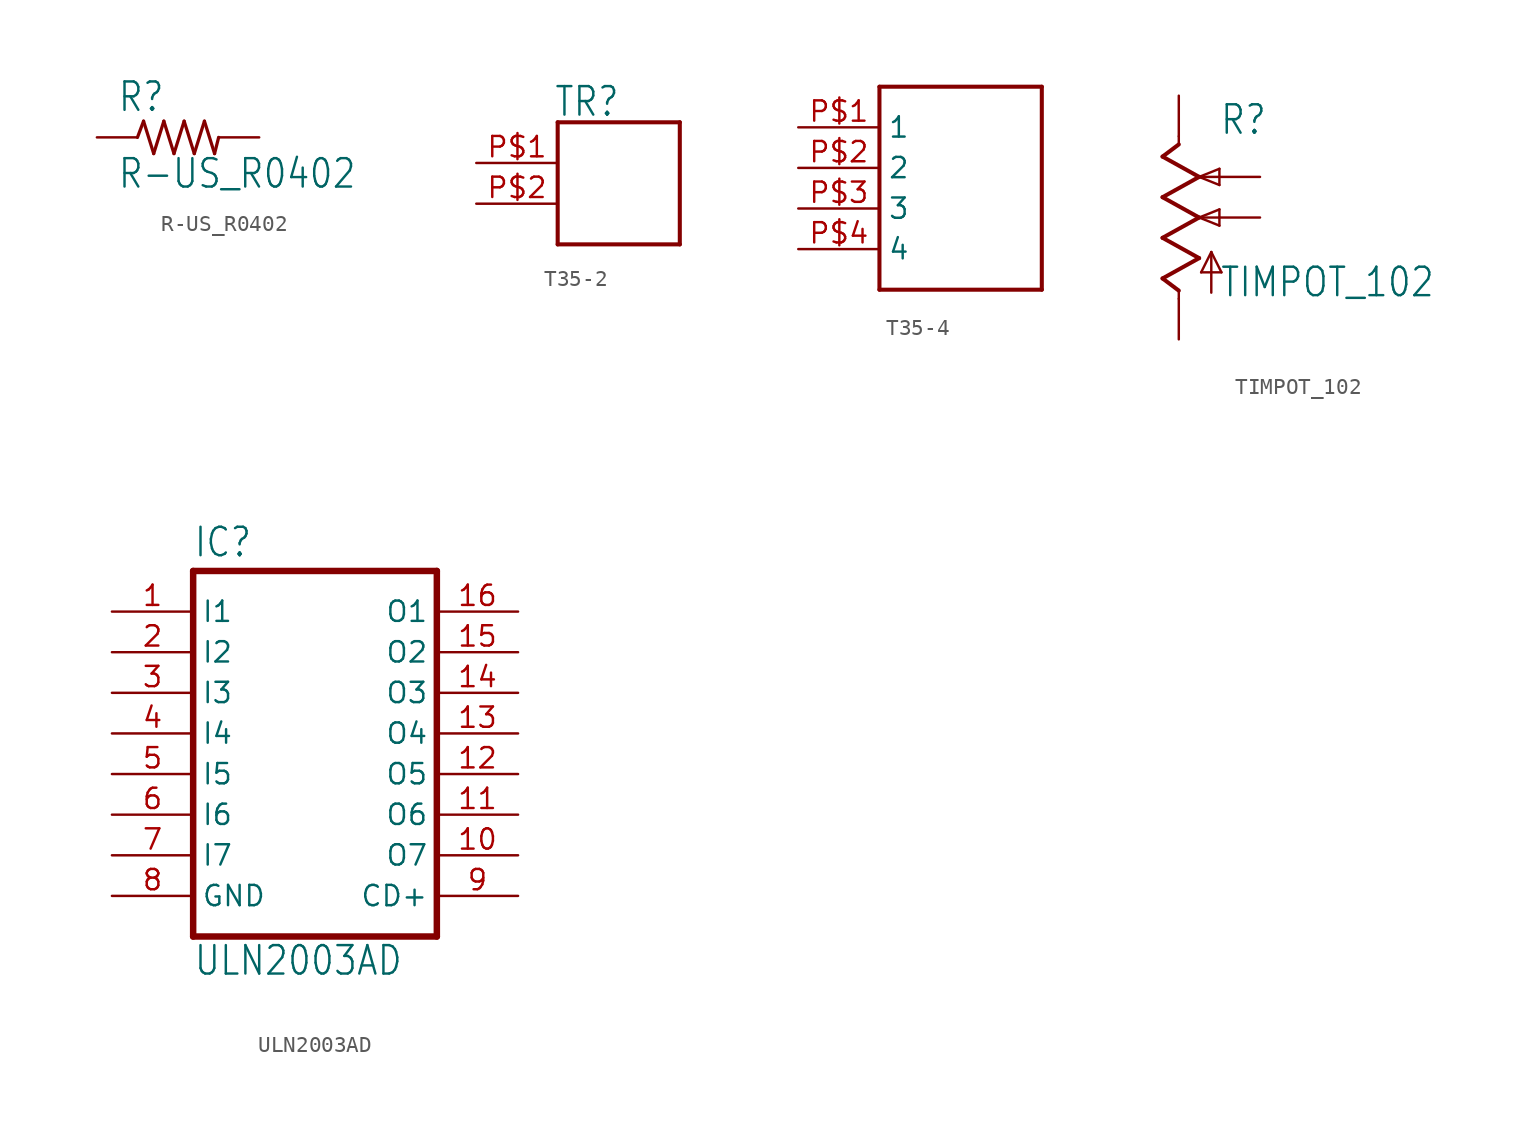
<source format=kicad_sym>
(kicad_symbol_lib
  (version 20211014)
  (generator kicad_symbol_editor)
  (symbol "R-US_R0402"
    (property "Reference" "R"
      (at -3.81 1.499 0)
      (effects (font (size 1.778 1.511)) (justify left bottom)))
    (property "Value" "R-US_R0402"
      (at -3.81 -3.302 0)
      (effects (font (size 1.778 1.511)) (justify left bottom)))
    (property "ki_locked" ""
      (at 0 0 0)
      (effects (font (size 1.27 1.27))))
    (symbol "R-US_R0402_1_0"
      (polyline (pts (xy -2.54 0) (xy -2.159 1.016)) (stroke (width 0.203) (type default) (color 0 0 0 0)) (fill (type none)))
      (polyline (pts (xy -2.159 1.016) (xy -1.524 -1.016)) (stroke (width 0.203) (type default) (color 0 0 0 0)) (fill (type none)))
      (polyline (pts (xy -1.524 -1.016) (xy -0.889 1.016)) (stroke (width 0.203) (type default) (color 0 0 0 0)) (fill (type none)))
      (polyline (pts (xy -0.889 1.016) (xy -0.254 -1.016)) (stroke (width 0.203) (type default) (color 0 0 0 0)) (fill (type none)))
      (polyline (pts (xy -0.254 -1.016) (xy 0.381 1.016)) (stroke (width 0.203) (type default) (color 0 0 0 0)) (fill (type none)))
      (polyline (pts (xy 0.381 1.016) (xy 1.016 -1.016)) (stroke (width 0.203) (type default) (color 0 0 0 0)) (fill (type none)))
      (polyline (pts (xy 1.016 -1.016) (xy 1.651 1.016)) (stroke (width 0.203) (type default) (color 0 0 0 0)) (fill (type none)))
      (polyline (pts (xy 1.651 1.016) (xy 2.286 -1.016)) (stroke (width 0.203) (type default) (color 0 0 0 0)) (fill (type none)))
      (polyline (pts (xy 2.286 -1.016) (xy 2.54 0)) (stroke (width 0.203) (type default) (color 0 0 0 0)) (fill (type none)))
      (pin passive line (at -5.08 0 0) (length 2.54) (name "1" (effects (font (size 0 0)))) (number "1" (effects (font (size 0 0)))))
      (pin passive line (at 5.08 0 180) (length 2.54) (name "2" (effects (font (size 0 0)))) (number "2" (effects (font (size 0 0)))))))
  (symbol "T35-2"
    (property "Reference" "TR"
      (at -2.794 5.334 0)
      (effects (font (size 1.778 1.511)) (justify left bottom)))
    (property "ki_locked" ""
      (at 0 0 0)
      (effects (font (size 1.27 1.27))))
    (symbol "T35-2_1_0"
      (polyline (pts (xy -2.54 -2.54) (xy -2.54 5.08)) (stroke (width 0.254) (type default) (color 0 0 0 0)) (fill (type none)))
      (polyline (pts (xy -2.54 5.08) (xy 5.08 5.08)) (stroke (width 0.254) (type default) (color 0 0 0 0)) (fill (type none)))
      (polyline (pts (xy 5.08 -2.54) (xy -2.54 -2.54)) (stroke (width 0.254) (type default) (color 0 0 0 0)) (fill (type none)))
      (polyline (pts (xy 5.08 5.08) (xy 5.08 -2.54)) (stroke (width 0.254) (type default) (color 0 0 0 0)) (fill (type none)))
      (pin bidirectional line (at -7.62 2.54 0) (length 5.08) (name "P$1" (effects (font (size 0 0)))) (number "P$1" (effects (font (size 1.27 1.27)))))
      (pin bidirectional line (at -7.62 0 0) (length 5.08) (name "P$2" (effects (font (size 0 0)))) (number "P$2" (effects (font (size 1.27 1.27)))))))
  (symbol "T35-4"
    (property "Reference" "TR"
      (at 0 0 0)
      (effects (font (size 1.27 1.27)) hide))
    (property "ki_locked" ""
      (at 0 0 0)
      (effects (font (size 1.27 1.27))))
    (symbol "T35-4_1_0"
      (polyline (pts (xy -7.62 -5.08) (xy 2.54 -5.08)) (stroke (width 0.254) (type default) (color 0 0 0 0)) (fill (type none)))
      (polyline (pts (xy -7.62 7.62) (xy -7.62 -5.08)) (stroke (width 0.254) (type default) (color 0 0 0 0)) (fill (type none)))
      (polyline (pts (xy 2.54 -5.08) (xy 2.54 7.62)) (stroke (width 0.254) (type default) (color 0 0 0 0)) (fill (type none)))
      (polyline (pts (xy 2.54 7.62) (xy -7.62 7.62)) (stroke (width 0.254) (type default) (color 0 0 0 0)) (fill (type none)))
      (pin bidirectional line (at -12.7 5.08 0) (length 5.08) (name "1" (effects (font (size 1.27 1.27)))) (number "P$1" (effects (font (size 1.27 1.27)))))
      (pin bidirectional line (at -12.7 2.54 0) (length 5.08) (name "2" (effects (font (size 1.27 1.27)))) (number "P$2" (effects (font (size 1.27 1.27)))))
      (pin bidirectional line (at -12.7 0 0) (length 5.08) (name "3" (effects (font (size 1.27 1.27)))) (number "P$3" (effects (font (size 1.27 1.27)))))
      (pin bidirectional line (at -12.7 -2.54 0) (length 5.08) (name "4" (effects (font (size 1.27 1.27)))) (number "P$4" (effects (font (size 1.27 1.27)))))))
  (symbol "TIMPOT_102"
    (property "Reference" "R"
      (at 2.54 5.08 0)
      (effects (font (size 1.778 1.511)) (justify left bottom)))
    (property "Value" "TIMPOT_102"
      (at 2.54 -5.08 0)
      (effects (font (size 1.778 1.511)) (justify left bottom)))
    (property "ki_locked" ""
      (at 0 0 0)
      (effects (font (size 1.27 1.27))))
    (symbol "TIMPOT_102_1_0"
      (polyline (pts (xy -1.016 -3.81) (xy 1.27 -2.54)) (stroke (width 0.254) (type default) (color 0 0 0 0)) (fill (type none)))
      (polyline (pts (xy -1.016 -1.27) (xy 1.27 0)) (stroke (width 0.254) (type default) (color 0 0 0 0)) (fill (type none)))
      (polyline (pts (xy -1.016 1.27) (xy 1.27 2.54)) (stroke (width 0.254) (type default) (color 0 0 0 0)) (fill (type none)))
      (polyline (pts (xy -1.016 3.81) (xy 0 4.572)) (stroke (width 0.254) (type default) (color 0 0 0 0)) (fill (type none)))
      (polyline (pts (xy 0 -5.08) (xy 0 -4.572)) (stroke (width 0.152) (type default) (color 0 0 0 0)) (fill (type none)))
      (polyline (pts (xy 0 -4.572) (xy -1.016 -3.81)) (stroke (width 0.254) (type default) (color 0 0 0 0)) (fill (type none)))
      (polyline (pts (xy 0 4.572) (xy 0 5.08)) (stroke (width 0.152) (type default) (color 0 0 0 0)) (fill (type none)))
      (polyline (pts (xy 1.27 -2.54) (xy -1.016 -1.27)) (stroke (width 0.254) (type default) (color 0 0 0 0)) (fill (type none)))
      (polyline (pts (xy 1.27 0) (xy -1.016 1.27)) (stroke (width 0.254) (type default) (color 0 0 0 0)) (fill (type none)))
      (polyline (pts (xy 1.27 0) (xy 2.54 0.508)) (stroke (width 0.152) (type default) (color 0 0 0 0)) (fill (type none)))
      (polyline (pts (xy 1.27 2.54) (xy -1.016 3.81)) (stroke (width 0.254) (type default) (color 0 0 0 0)) (fill (type none)))
      (polyline (pts (xy 1.27 2.54) (xy 2.54 3.048)) (stroke (width 0.152) (type default) (color 0 0 0 0)) (fill (type none)))
      (polyline (pts (xy 1.397 -3.429) (xy 2.032 -2.159)) (stroke (width 0.152) (type default) (color 0 0 0 0)) (fill (type none)))
      (polyline (pts (xy 2.032 -4.699) (xy 2.032 -2.159)) (stroke (width 0.152) (type default) (color 0 0 0 0)) (fill (type none)))
      (polyline (pts (xy 2.032 -2.159) (xy 2.667 -3.429)) (stroke (width 0.152) (type default) (color 0 0 0 0)) (fill (type none)))
      (polyline (pts (xy 2.54 -0.508) (xy 1.27 0)) (stroke (width 0.152) (type default) (color 0 0 0 0)) (fill (type none)))
      (polyline (pts (xy 2.54 0) (xy 1.27 0)) (stroke (width 0.152) (type default) (color 0 0 0 0)) (fill (type none)))
      (polyline (pts (xy 2.54 0.508) (xy 2.54 -0.508)) (stroke (width 0.152) (type default) (color 0 0 0 0)) (fill (type none)))
      (polyline (pts (xy 2.54 2.032) (xy 1.27 2.54)) (stroke (width 0.152) (type default) (color 0 0 0 0)) (fill (type none)))
      (polyline (pts (xy 2.54 2.54) (xy 1.27 2.54)) (stroke (width 0.152) (type default) (color 0 0 0 0)) (fill (type none)))
      (polyline (pts (xy 2.54 3.048) (xy 2.54 2.032)) (stroke (width 0.152) (type default) (color 0 0 0 0)) (fill (type none)))
      (polyline (pts (xy 2.667 -3.429) (xy 1.397 -3.429)) (stroke (width 0.152) (type default) (color 0 0 0 0)) (fill (type none)))
      (pin passive line (at 0 -7.62 90) (length 2.54) (name "A" (effects (font (size 0 0)))) (number "A" (effects (font (size 0 0)))))
      (pin passive line (at 0 7.62 270) (length 2.54) (name "E" (effects (font (size 0 0)))) (number "E" (effects (font (size 0 0)))))
      (pin passive line (at 5.08 0 180) (length 2.54) (name "S" (effects (font (size 0 0)))) (number "S" (effects (font (size 0 0)))))
      (pin passive line (at 5.08 2.54 180) (length 2.54) (name "S1" (effects (font (size 0 0)))) (number "S1" (effects (font (size 0 0)))))))
  (symbol "ULN2003AD"
    (property "Reference" "IC"
      (at -7.62 10.922 0)
      (effects (font (size 1.778 1.511)) (justify left bottom)))
    (property "Value" "ULN2003AD"
      (at -7.62 -15.24 0)
      (effects (font (size 1.778 1.511)) (justify left bottom)))
    (property "ki_locked" ""
      (at 0 0 0)
      (effects (font (size 1.27 1.27))))
    (symbol "ULN2003AD_1_0"
      (polyline (pts (xy -7.62 10.16) (xy -7.62 -12.7)) (stroke (width 0.406) (type default) (color 0 0 0 0)) (fill (type none)))
      (polyline (pts (xy -7.62 10.16) (xy 7.62 10.16)) (stroke (width 0.406) (type default) (color 0 0 0 0)) (fill (type none)))
      (polyline (pts (xy 7.62 -12.7) (xy -7.62 -12.7)) (stroke (width 0.406) (type default) (color 0 0 0 0)) (fill (type none)))
      (polyline (pts (xy 7.62 -12.7) (xy 7.62 10.16)) (stroke (width 0.406) (type default) (color 0 0 0 0)) (fill (type none)))
      (pin input line (at -12.7 7.62 0) (length 5.08) (name "I1" (effects (font (size 1.27 1.27)))) (number "1" (effects (font (size 1.27 1.27)))))
      (pin open_collector line (at 12.7 -7.62 180) (length 5.08) (name "O7" (effects (font (size 1.27 1.27)))) (number "10" (effects (font (size 1.27 1.27)))))
      (pin open_collector line (at 12.7 -5.08 180) (length 5.08) (name "O6" (effects (font (size 1.27 1.27)))) (number "11" (effects (font (size 1.27 1.27)))))
      (pin open_collector line (at 12.7 -2.54 180) (length 5.08) (name "O5" (effects (font (size 1.27 1.27)))) (number "12" (effects (font (size 1.27 1.27)))))
      (pin open_collector line (at 12.7 0 180) (length 5.08) (name "O4" (effects (font (size 1.27 1.27)))) (number "13" (effects (font (size 1.27 1.27)))))
      (pin open_collector line (at 12.7 2.54 180) (length 5.08) (name "O3" (effects (font (size 1.27 1.27)))) (number "14" (effects (font (size 1.27 1.27)))))
      (pin open_collector line (at 12.7 5.08 180) (length 5.08) (name "O2" (effects (font (size 1.27 1.27)))) (number "15" (effects (font (size 1.27 1.27)))))
      (pin open_collector line (at 12.7 7.62 180) (length 5.08) (name "O1" (effects (font (size 1.27 1.27)))) (number "16" (effects (font (size 1.27 1.27)))))
      (pin input line (at -12.7 5.08 0) (length 5.08) (name "I2" (effects (font (size 1.27 1.27)))) (number "2" (effects (font (size 1.27 1.27)))))
      (pin input line (at -12.7 2.54 0) (length 5.08) (name "I3" (effects (font (size 1.27 1.27)))) (number "3" (effects (font (size 1.27 1.27)))))
      (pin input line (at -12.7 0 0) (length 5.08) (name "I4" (effects (font (size 1.27 1.27)))) (number "4" (effects (font (size 1.27 1.27)))))
      (pin input line (at -12.7 -2.54 0) (length 5.08) (name "I5" (effects (font (size 1.27 1.27)))) (number "5" (effects (font (size 1.27 1.27)))))
      (pin input line (at -12.7 -5.08 0) (length 5.08) (name "I6" (effects (font (size 1.27 1.27)))) (number "6" (effects (font (size 1.27 1.27)))))
      (pin input line (at -12.7 -7.62 0) (length 5.08) (name "I7" (effects (font (size 1.27 1.27)))) (number "7" (effects (font (size 1.27 1.27)))))
      (pin power_in line (at -12.7 -10.16 0) (length 5.08) (name "GND" (effects (font (size 1.27 1.27)))) (number "8" (effects (font (size 1.27 1.27)))))
      (pin passive line (at 12.7 -10.16 180) (length 5.08) (name "CD+" (effects (font (size 1.27 1.27)))) (number "9" (effects (font (size 1.27 1.27))))))))
</source>
